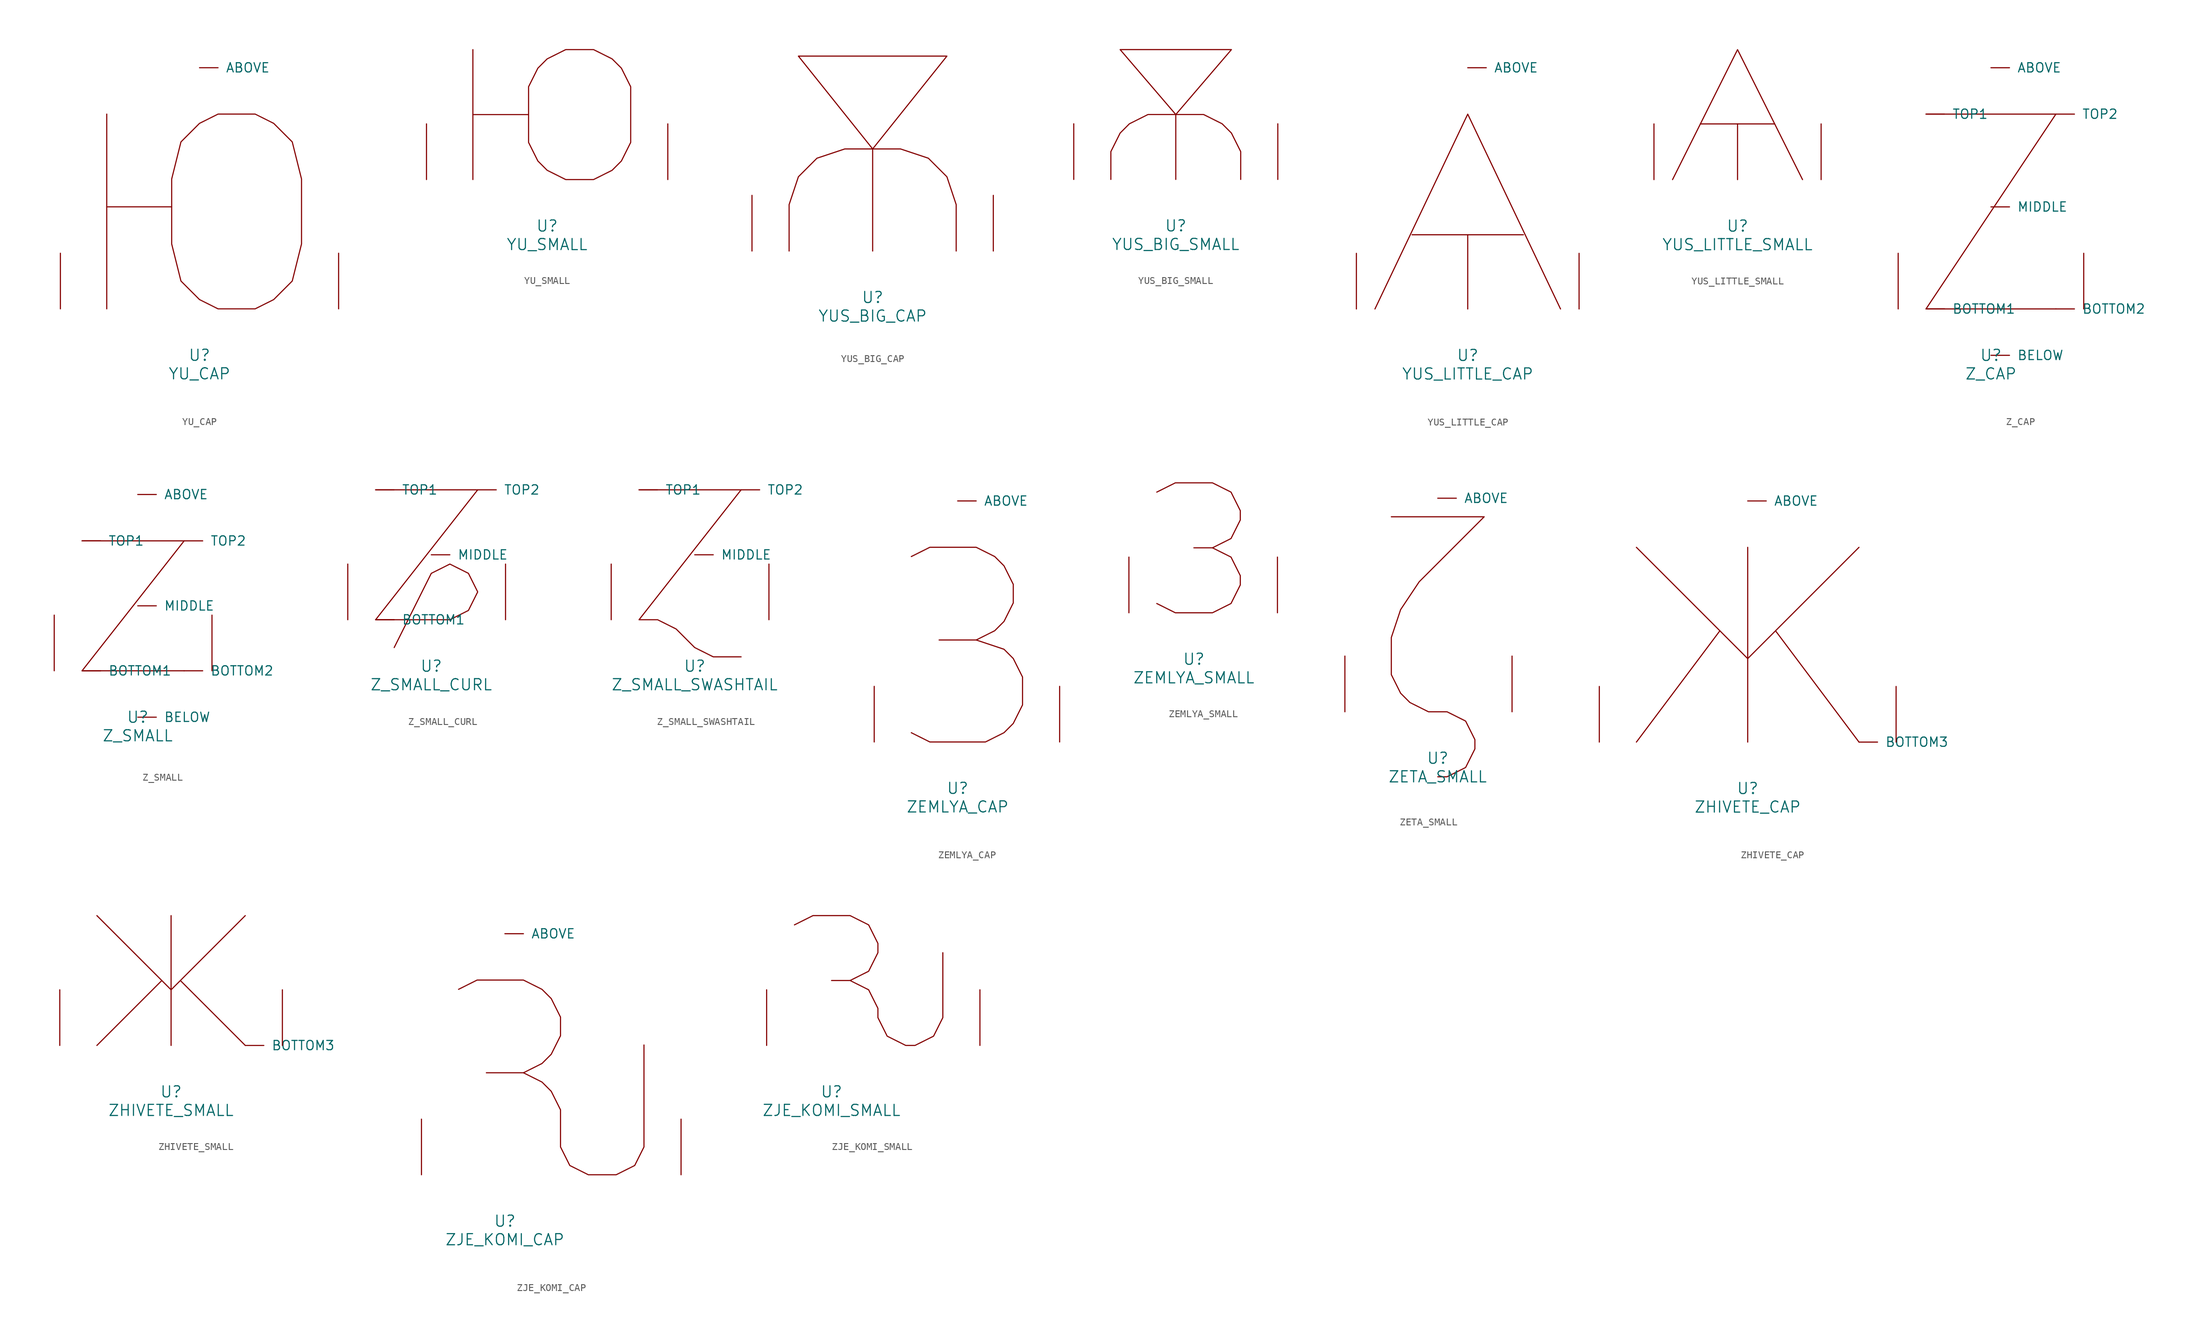
<source format=kicad_sym>
(kicad_symbol_lib
  (version 20220914)
  (generator font_lib2sym)
  (symbol "YU_CAP"
    (pin_names
      (offset 1.016))
    (property "Reference" "U"
      (at 0 -6.35 0)
      (effects (font (size 1.524 1.524))))
    (property "Value" "YU_CAP"
      (at 0 -8.89 0)
      (effects (font (size 1.524 1.524))))
    (symbol "YU_CAP_0_1"
      (polyline (pts (xy -12.7 26.67) (xy -12.7 0)) (stroke (width 0) (type solid)) (fill (type none)))
      (polyline (pts (xy -3.81 13.97) (xy -12.7 13.97)) (stroke (width 0) (type solid)) (fill (type none)))
      (polyline (pts (xy 2.54 26.67) (xy 7.62 26.67) (xy 10.16 25.4) (xy 12.7 22.86) (xy 13.97 17.78) (xy 13.97 8.89) (xy 12.7 3.81) (xy 10.16 1.27) (xy 7.62 0) (xy 2.54 0) (xy 0 1.27) (xy -2.54 3.81) (xy -3.81 8.89) (xy -3.81 17.78) (xy -2.54 22.86) (xy 0 25.4) (xy 2.54 26.67)) (stroke (width 0) (type solid)) (fill (type none)))
      (pin input line (at 0 33.02 0) (length 2.54) (name "ABOVE" (effects (font (size 1.27 1.27)))) (number "~" (effects (font (size 1.27 1.27)))))
      (pin input line (at -19.05 0 90) (length 7.62) (name "~" (effects (font (size 1.27 1.27)))) (number "~" (effects (font (size 1.27 1.27)))))
      (pin input line (at 19.05 0 90) (length 7.62) (name "~" (effects (font (size 1.27 1.27)))) (number "~" (effects (font (size 1.27 1.27)))))))
  (symbol "YU_SMALL"
    (pin_names
      (offset 1.016))
    (property "Reference" "U"
      (at 0 -6.35 0)
      (effects (font (size 1.524 1.524))))
    (property "Value" "YU_SMALL"
      (at 0 -8.89 0)
      (effects (font (size 1.524 1.524))))
    (symbol "YU_SMALL_0_1"
      (polyline (pts (xy -10.16 8.89) (xy -2.54 8.89)) (stroke (width 0) (type solid)) (fill (type none)))
      (polyline (pts (xy -10.16 17.78) (xy -10.16 0)) (stroke (width 0) (type solid)) (fill (type none)))
      (polyline (pts (xy 2.54 0) (xy 0 1.27) (xy -1.27 2.54) (xy -2.54 5.08) (xy -2.54 12.7) (xy -1.27 15.24) (xy 0 16.51) (xy 2.54 17.78) (xy 6.35 17.78) (xy 8.89 16.51) (xy 10.16 15.24) (xy 11.43 12.7) (xy 11.43 5.08) (xy 10.16 2.54) (xy 8.89 1.27) (xy 6.35 0) (xy 2.54 0)) (stroke (width 0) (type solid)) (fill (type none)))
      (pin input line (at -16.51 0 90) (length 7.62) (name "~" (effects (font (size 1.27 1.27)))) (number "~" (effects (font (size 1.27 1.27)))))
      (pin input line (at 16.51 0 90) (length 7.62) (name "~" (effects (font (size 1.27 1.27)))) (number "~" (effects (font (size 1.27 1.27)))))))
  (symbol "YUS_BIG_CAP"
    (pin_names
      (offset 1.016))
    (property "Reference" "U"
      (at 0 -6.35 0)
      (effects (font (size 1.524 1.524))))
    (property "Value" "YUS_BIG_CAP"
      (at 0 -8.89 0)
      (effects (font (size 1.524 1.524))))
    (symbol "YUS_BIG_CAP_0_1"
      (polyline (pts (xy 0 0) (xy 0 13.97) (xy -10.16 26.67) (xy 10.16 26.67) (xy 0 13.97)) (stroke (width 0) (type solid)) (fill (type none)))
      (polyline (pts (xy -11.43 0) (xy -11.43 6.35) (xy -10.16 10.16) (xy -7.62 12.7) (xy -3.81 13.97) (xy 3.81 13.97) (xy 7.62 12.7) (xy 10.16 10.16) (xy 11.43 6.35) (xy 11.43 0)) (stroke (width 0) (type solid)) (fill (type none)))
      (pin input line (at -16.51 0 90) (length 7.62) (name "~" (effects (font (size 1.27 1.27)))) (number "~" (effects (font (size 1.27 1.27)))))
      (pin input line (at 16.51 0 90) (length 7.62) (name "~" (effects (font (size 1.27 1.27)))) (number "~" (effects (font (size 1.27 1.27)))))))
  (symbol "YUS_BIG_SMALL"
    (pin_names
      (offset 1.016))
    (property "Reference" "U"
      (at 0 -6.35 0)
      (effects (font (size 1.524 1.524))))
    (property "Value" "YUS_BIG_SMALL"
      (at 0 -8.89 0)
      (effects (font (size 1.524 1.524))))
    (symbol "YUS_BIG_SMALL_0_1"
      (polyline (pts (xy 0 0) (xy 0 8.89) (xy -7.62 17.78) (xy 7.62 17.78) (xy 0 8.89)) (stroke (width 0) (type solid)) (fill (type none)))
      (polyline (pts (xy -8.89 0) (xy -8.89 3.81) (xy -7.62 6.35) (xy -6.35 7.62) (xy -3.81 8.89) (xy 3.81 8.89) (xy 6.35 7.62) (xy 7.62 6.35) (xy 8.89 3.81) (xy 8.89 0)) (stroke (width 0) (type solid)) (fill (type none)))
      (pin input line (at -13.97 0 90) (length 7.62) (name "~" (effects (font (size 1.27 1.27)))) (number "~" (effects (font (size 1.27 1.27)))))
      (pin input line (at 13.97 0 90) (length 7.62) (name "~" (effects (font (size 1.27 1.27)))) (number "~" (effects (font (size 1.27 1.27)))))))
  (symbol "YUS_LITTLE_CAP"
    (pin_names
      (offset 1.016))
    (property "Reference" "U"
      (at 0 -6.35 0)
      (effects (font (size 1.524 1.524))))
    (property "Value" "YUS_LITTLE_CAP"
      (at 0 -8.89 0)
      (effects (font (size 1.524 1.524))))
    (symbol "YUS_LITTLE_CAP_0_1"
      (polyline (pts (xy -7.62 10.16) (xy 7.62 10.16)) (stroke (width 0) (type solid)) (fill (type none)))
      (polyline (pts (xy 0 10.16) (xy 0 0)) (stroke (width 0) (type solid)) (fill (type none)))
      (polyline (pts (xy -12.7 0) (xy 0 26.67) (xy 12.7 0)) (stroke (width 0) (type solid)) (fill (type none)))
      (pin input line (at 0 33.02 0) (length 2.54) (name "ABOVE" (effects (font (size 1.27 1.27)))) (number "~" (effects (font (size 1.27 1.27)))))
      (pin input line (at -15.24 0 90) (length 7.62) (name "~" (effects (font (size 1.27 1.27)))) (number "~" (effects (font (size 1.27 1.27)))))
      (pin input line (at 15.24 0 90) (length 7.62) (name "~" (effects (font (size 1.27 1.27)))) (number "~" (effects (font (size 1.27 1.27)))))))
  (symbol "YUS_LITTLE_SMALL"
    (pin_names
      (offset 1.016))
    (property "Reference" "U"
      (at 0 -6.35 0)
      (effects (font (size 1.524 1.524))))
    (property "Value" "YUS_LITTLE_SMALL"
      (at 0 -8.89 0)
      (effects (font (size 1.524 1.524))))
    (symbol "YUS_LITTLE_SMALL_0_1"
      (polyline (pts (xy -5.08 7.62) (xy 5.08 7.62)) (stroke (width 0) (type solid)) (fill (type none)))
      (polyline (pts (xy 0 7.62) (xy 0 0)) (stroke (width 0) (type solid)) (fill (type none)))
      (polyline (pts (xy -8.89 0) (xy 0 17.78) (xy 8.89 0)) (stroke (width 0) (type solid)) (fill (type none)))
      (pin input line (at -11.43 0 90) (length 7.62) (name "~" (effects (font (size 1.27 1.27)))) (number "~" (effects (font (size 1.27 1.27)))))
      (pin input line (at 11.43 0 90) (length 7.62) (name "~" (effects (font (size 1.27 1.27)))) (number "~" (effects (font (size 1.27 1.27)))))))
  (symbol "Z_CAP"
    (pin_names
      (offset 1.016))
    (property "Reference" "U"
      (at 0 -6.35 0)
      (effects (font (size 1.524 1.524))))
    (property "Value" "Z_CAP"
      (at 0 -8.89 0)
      (effects (font (size 1.524 1.524))))
    (symbol "Z_CAP_0_1"
      (polyline (pts (xy -8.89 26.67) (xy 8.89 26.67) (xy -8.89 0) (xy 8.89 0)) (stroke (width 0) (type solid)) (fill (type none)))
      (pin input line (at 0 33.02 0) (length 2.54) (name "ABOVE" (effects (font (size 1.27 1.27)))) (number "~" (effects (font (size 1.27 1.27)))))
      (pin input line (at 0 -6.35 0) (length 2.54) (name "BELOW" (effects (font (size 1.27 1.27)))) (number "~" (effects (font (size 1.27 1.27)))))
      (pin input line (at -8.89 0 0) (length 2.54) (name "BOTTOM1" (effects (font (size 1.27 1.27)))) (number "~" (effects (font (size 1.27 1.27)))))
      (pin input line (at 8.89 0 0) (length 2.54) (name "BOTTOM2" (effects (font (size 1.27 1.27)))) (number "~" (effects (font (size 1.27 1.27)))))
      (pin input line (at 0 13.97 0) (length 2.54) (name "MIDDLE" (effects (font (size 1.27 1.27)))) (number "~" (effects (font (size 1.27 1.27)))))
      (pin input line (at -8.89 26.67 0) (length 2.54) (name "TOP1" (effects (font (size 1.27 1.27)))) (number "~" (effects (font (size 1.27 1.27)))))
      (pin input line (at 8.89 26.67 0) (length 2.54) (name "TOP2" (effects (font (size 1.27 1.27)))) (number "~" (effects (font (size 1.27 1.27)))))
      (pin input line (at -12.7 0 90) (length 7.62) (name "~" (effects (font (size 1.27 1.27)))) (number "~" (effects (font (size 1.27 1.27)))))
      (pin input line (at 12.7 0 90) (length 7.62) (name "~" (effects (font (size 1.27 1.27)))) (number "~" (effects (font (size 1.27 1.27)))))))
  (symbol "Z_SMALL"
    (pin_names
      (offset 1.016))
    (property "Reference" "U"
      (at 0 -6.35 0)
      (effects (font (size 1.524 1.524))))
    (property "Value" "Z_SMALL"
      (at 0 -8.89 0)
      (effects (font (size 1.524 1.524))))
    (symbol "Z_SMALL_0_1"
      (polyline (pts (xy -7.62 17.78) (xy 6.35 17.78) (xy -7.62 0) (xy 6.35 0)) (stroke (width 0) (type solid)) (fill (type none)))
      (pin input line (at 0 24.13 0) (length 2.54) (name "ABOVE" (effects (font (size 1.27 1.27)))) (number "~" (effects (font (size 1.27 1.27)))))
      (pin input line (at 0 -6.35 0) (length 2.54) (name "BELOW" (effects (font (size 1.27 1.27)))) (number "~" (effects (font (size 1.27 1.27)))))
      (pin input line (at -7.62 0 0) (length 2.54) (name "BOTTOM1" (effects (font (size 1.27 1.27)))) (number "~" (effects (font (size 1.27 1.27)))))
      (pin input line (at 6.35 0 0) (length 2.54) (name "BOTTOM2" (effects (font (size 1.27 1.27)))) (number "~" (effects (font (size 1.27 1.27)))))
      (pin input line (at 0 8.89 0) (length 2.54) (name "MIDDLE" (effects (font (size 1.27 1.27)))) (number "~" (effects (font (size 1.27 1.27)))))
      (pin input line (at -7.62 17.78 0) (length 2.54) (name "TOP1" (effects (font (size 1.27 1.27)))) (number "~" (effects (font (size 1.27 1.27)))))
      (pin input line (at 6.35 17.78 0) (length 2.54) (name "TOP2" (effects (font (size 1.27 1.27)))) (number "~" (effects (font (size 1.27 1.27)))))
      (pin input line (at -11.43 0 90) (length 7.62) (name "~" (effects (font (size 1.27 1.27)))) (number "~" (effects (font (size 1.27 1.27)))))
      (pin input line (at 10.16 0 90) (length 7.62) (name "~" (effects (font (size 1.27 1.27)))) (number "~" (effects (font (size 1.27 1.27)))))))
  (symbol "Z_SMALL_CURL"
    (pin_names
      (offset 1.016))
    (property "Reference" "U"
      (at 0 -6.35 0)
      (effects (font (size 1.524 1.524))))
    (property "Value" "Z_SMALL_CURL"
      (at 0 -8.89 0)
      (effects (font (size 1.524 1.524))))
    (symbol "Z_SMALL_CURL_0_1"
      (polyline (pts (xy -7.62 17.78) (xy 6.35 17.78) (xy -7.62 0) (xy 2.54 0) (xy 5.08 1.27) (xy 6.35 3.81) (xy 5.08 6.35) (xy 2.54 7.62) (xy 0 6.35) (xy -5.08 -3.81)) (stroke (width 0) (type solid)) (fill (type none)))
      (pin input line (at -7.62 0 0) (length 2.54) (name "BOTTOM1" (effects (font (size 1.27 1.27)))) (number "~" (effects (font (size 1.27 1.27)))))
      (pin input line (at 0 8.89 0) (length 2.54) (name "MIDDLE" (effects (font (size 1.27 1.27)))) (number "~" (effects (font (size 1.27 1.27)))))
      (pin input line (at -7.62 17.78 0) (length 2.54) (name "TOP1" (effects (font (size 1.27 1.27)))) (number "~" (effects (font (size 1.27 1.27)))))
      (pin input line (at 6.35 17.78 0) (length 2.54) (name "TOP2" (effects (font (size 1.27 1.27)))) (number "~" (effects (font (size 1.27 1.27)))))
      (pin input line (at -11.43 0 90) (length 7.62) (name "~" (effects (font (size 1.27 1.27)))) (number "~" (effects (font (size 1.27 1.27)))))
      (pin input line (at 10.16 0 90) (length 7.62) (name "~" (effects (font (size 1.27 1.27)))) (number "~" (effects (font (size 1.27 1.27)))))))
  (symbol "Z_SMALL_SWASHTAIL"
    (pin_names
      (offset 1.016))
    (property "Reference" "U"
      (at 0 -6.35 0)
      (effects (font (size 1.524 1.524))))
    (property "Value" "Z_SMALL_SWASHTAIL"
      (at 0 -8.89 0)
      (effects (font (size 1.524 1.524))))
    (symbol "Z_SMALL_SWASHTAIL_0_1"
      (polyline (pts (xy -7.62 17.78) (xy 6.35 17.78) (xy -7.62 0) (xy -5.08 0) (xy -2.54 -1.27) (xy 0 -3.81) (xy 2.54 -5.08) (xy 6.35 -5.08)) (stroke (width 0) (type solid)) (fill (type none)))
      (pin input line (at 0 8.89 0) (length 2.54) (name "MIDDLE" (effects (font (size 1.27 1.27)))) (number "~" (effects (font (size 1.27 1.27)))))
      (pin input line (at -7.62 17.78 0) (length 2.54) (name "TOP1" (effects (font (size 1.27 1.27)))) (number "~" (effects (font (size 1.27 1.27)))))
      (pin input line (at 6.35 17.78 0) (length 2.54) (name "TOP2" (effects (font (size 1.27 1.27)))) (number "~" (effects (font (size 1.27 1.27)))))
      (pin input line (at -11.43 0 90) (length 7.62) (name "~" (effects (font (size 1.27 1.27)))) (number "~" (effects (font (size 1.27 1.27)))))
      (pin input line (at 10.16 0 90) (length 7.62) (name "~" (effects (font (size 1.27 1.27)))) (number "~" (effects (font (size 1.27 1.27)))))))
  (symbol "ZEMLYA_CAP"
    (pin_names
      (offset 1.016))
    (property "Reference" "U"
      (at 0 -6.35 0)
      (effects (font (size 1.524 1.524))))
    (property "Value" "ZEMLYA_CAP"
      (at 0 -8.89 0)
      (effects (font (size 1.524 1.524))))
    (symbol "ZEMLYA_CAP_0_1"
      (polyline (pts (xy -2.54 13.97) (xy 2.54 13.97)) (stroke (width 0) (type solid)) (fill (type none)))
      (polyline (pts (xy -6.35 25.4) (xy -3.81 26.67) (xy 2.54 26.67) (xy 5.08 25.4) (xy 6.35 24.13) (xy 7.62 21.59) (xy 7.62 19.05) (xy 6.35 16.51) (xy 5.08 15.24) (xy 2.54 13.97) (xy 6.35 12.7) (xy 7.62 11.43) (xy 8.89 8.89) (xy 8.89 5.08) (xy 7.62 2.54) (xy 6.35 1.27) (xy 3.81 0) (xy -3.81 0) (xy -6.35 1.27)) (stroke (width 0) (type solid)) (fill (type none)))
      (pin input line (at 0 33.02 0) (length 2.54) (name "ABOVE" (effects (font (size 1.27 1.27)))) (number "~" (effects (font (size 1.27 1.27)))))
      (pin input line (at -11.43 0 90) (length 7.62) (name "~" (effects (font (size 1.27 1.27)))) (number "~" (effects (font (size 1.27 1.27)))))
      (pin input line (at 13.97 0 90) (length 7.62) (name "~" (effects (font (size 1.27 1.27)))) (number "~" (effects (font (size 1.27 1.27)))))))
  (symbol "ZEMLYA_SMALL"
    (pin_names
      (offset 1.016))
    (property "Reference" "U"
      (at 0 -6.35 0)
      (effects (font (size 1.524 1.524))))
    (property "Value" "ZEMLYA_SMALL"
      (at 0 -8.89 0)
      (effects (font (size 1.524 1.524))))
    (symbol "ZEMLYA_SMALL_0_1"
      (polyline (pts (xy 0 8.89) (xy 2.54 8.89)) (stroke (width 0) (type solid)) (fill (type none)))
      (polyline (pts (xy -5.08 16.51) (xy -2.54 17.78) (xy 2.54 17.78) (xy 5.08 16.51) (xy 6.35 13.97) (xy 6.35 12.7) (xy 5.08 10.16) (xy 2.54 8.89) (xy 5.08 7.62) (xy 6.35 5.08) (xy 6.35 3.81) (xy 5.08 1.27) (xy 2.54 0) (xy -2.54 0) (xy -5.08 1.27)) (stroke (width 0) (type solid)) (fill (type none)))
      (pin input line (at -8.89 0 90) (length 7.62) (name "~" (effects (font (size 1.27 1.27)))) (number "~" (effects (font (size 1.27 1.27)))))
      (pin input line (at 11.43 0 90) (length 7.62) (name "~" (effects (font (size 1.27 1.27)))) (number "~" (effects (font (size 1.27 1.27)))))))
  (symbol "ZETA_SMALL"
    (pin_names
      (offset 1.016))
    (property "Reference" "U"
      (at 0 -6.35 0)
      (effects (font (size 1.524 1.524))))
    (property "Value" "ZETA_SMALL"
      (at 0 -8.89 0)
      (effects (font (size 1.524 1.524))))
    (symbol "ZETA_SMALL_0_1"
      (polyline (pts (xy -6.35 26.67) (xy 6.35 26.67) (xy -2.54 17.78) (xy -5.08 13.97) (xy -6.35 10.16) (xy -6.35 5.08) (xy -5.08 2.54) (xy -3.81 1.27) (xy -1.27 0) (xy 1.27 0) (xy 3.81 -1.27) (xy 5.08 -3.81) (xy 5.08 -5.08) (xy 3.81 -7.62) (xy 1.27 -8.89) (xy 0 -8.89)) (stroke (width 0) (type solid)) (fill (type none)))
      (pin input line (at 0 29.21 0) (length 2.54) (name "ABOVE" (effects (font (size 1.27 1.27)))) (number "~" (effects (font (size 1.27 1.27)))))
      (pin input line (at -12.7 0 90) (length 7.62) (name "~" (effects (font (size 1.27 1.27)))) (number "~" (effects (font (size 1.27 1.27)))))
      (pin input line (at 10.16 0 90) (length 7.62) (name "~" (effects (font (size 1.27 1.27)))) (number "~" (effects (font (size 1.27 1.27)))))))
  (symbol "ZHIVETE_CAP"
    (pin_names
      (offset 1.016))
    (property "Reference" "U"
      (at 0 -6.35 0)
      (effects (font (size 1.524 1.524))))
    (property "Value" "ZHIVETE_CAP"
      (at 0 -8.89 0)
      (effects (font (size 1.524 1.524))))
    (symbol "ZHIVETE_CAP_0_1"
      (polyline (pts (xy -3.81 15.24) (xy -15.24 0)) (stroke (width 0) (type solid)) (fill (type none)))
      (polyline (pts (xy 0 0) (xy 0 26.67)) (stroke (width 0) (type solid)) (fill (type none)))
      (polyline (pts (xy 0 11.43) (xy -15.24 26.67)) (stroke (width 0) (type solid)) (fill (type none)))
      (polyline (pts (xy 15.24 0) (xy 3.81 15.24)) (stroke (width 0) (type solid)) (fill (type none)))
      (polyline (pts (xy 15.24 26.67) (xy 0 11.43)) (stroke (width 0) (type solid)) (fill (type none)))
      (pin input line (at 0 33.02 0) (length 2.54) (name "ABOVE" (effects (font (size 1.27 1.27)))) (number "~" (effects (font (size 1.27 1.27)))))
      (pin input line (at 15.24 0 0) (length 2.54) (name "BOTTOM3" (effects (font (size 1.27 1.27)))) (number "~" (effects (font (size 1.27 1.27)))))
      (pin input line (at -20.32 0 90) (length 7.62) (name "~" (effects (font (size 1.27 1.27)))) (number "~" (effects (font (size 1.27 1.27)))))
      (pin input line (at 20.32 0 90) (length 7.62) (name "~" (effects (font (size 1.27 1.27)))) (number "~" (effects (font (size 1.27 1.27)))))))
  (symbol "ZHIVETE_SMALL"
    (pin_names
      (offset 1.016))
    (property "Reference" "U"
      (at 0 -6.35 0)
      (effects (font (size 1.524 1.524))))
    (property "Value" "ZHIVETE_SMALL"
      (at 0 -8.89 0)
      (effects (font (size 1.524 1.524))))
    (symbol "ZHIVETE_SMALL_0_1"
      (polyline (pts (xy -1.27 8.89) (xy -10.16 0)) (stroke (width 0) (type solid)) (fill (type none)))
      (polyline (pts (xy 0 7.62) (xy -10.16 17.78)) (stroke (width 0) (type solid)) (fill (type none)))
      (polyline (pts (xy 0 17.78) (xy 0 0)) (stroke (width 0) (type solid)) (fill (type none)))
      (polyline (pts (xy 10.16 0) (xy 1.27 8.89)) (stroke (width 0) (type solid)) (fill (type none)))
      (polyline (pts (xy 10.16 17.78) (xy 0 7.62)) (stroke (width 0) (type solid)) (fill (type none)))
      (pin input line (at 10.16 0 0) (length 2.54) (name "BOTTOM3" (effects (font (size 1.27 1.27)))) (number "~" (effects (font (size 1.27 1.27)))))
      (pin input line (at -15.24 0 90) (length 7.62) (name "~" (effects (font (size 1.27 1.27)))) (number "~" (effects (font (size 1.27 1.27)))))
      (pin input line (at 15.24 0 90) (length 7.62) (name "~" (effects (font (size 1.27 1.27)))) (number "~" (effects (font (size 1.27 1.27)))))))
  (symbol "ZJE_KOMI_CAP"
    (pin_names
      (offset 1.016))
    (property "Reference" "U"
      (at 0 -6.35 0)
      (effects (font (size 1.524 1.524))))
    (property "Value" "ZJE_KOMI_CAP"
      (at 0 -8.89 0)
      (effects (font (size 1.524 1.524))))
    (symbol "ZJE_KOMI_CAP_0_1"
      (polyline (pts (xy -2.54 13.97) (xy 2.54 13.97)) (stroke (width 0) (type solid)) (fill (type none)))
      (polyline (pts (xy -6.35 25.4) (xy -3.81 26.67) (xy 2.54 26.67) (xy 5.08 25.4) (xy 6.35 24.13) (xy 7.62 21.59) (xy 7.62 19.05) (xy 6.35 16.51) (xy 5.08 15.24) (xy 2.54 13.97) (xy 5.08 12.7) (xy 6.35 11.43) (xy 7.62 8.89) (xy 7.62 3.81) (xy 8.89 1.27) (xy 11.43 0) (xy 15.24 0) (xy 17.78 1.27) (xy 19.05 3.81) (xy 19.05 17.78)) (stroke (width 0) (type solid)) (fill (type none)))
      (pin input line (at 0 33.02 0) (length 2.54) (name "ABOVE" (effects (font (size 1.27 1.27)))) (number "~" (effects (font (size 1.27 1.27)))))
      (pin input line (at -11.43 0 90) (length 7.62) (name "~" (effects (font (size 1.27 1.27)))) (number "~" (effects (font (size 1.27 1.27)))))
      (pin input line (at 24.13 0 90) (length 7.62) (name "~" (effects (font (size 1.27 1.27)))) (number "~" (effects (font (size 1.27 1.27)))))))
  (symbol "ZJE_KOMI_SMALL"
    (pin_names
      (offset 1.016))
    (property "Reference" "U"
      (at 0 -6.35 0)
      (effects (font (size 1.524 1.524))))
    (property "Value" "ZJE_KOMI_SMALL"
      (at 0 -8.89 0)
      (effects (font (size 1.524 1.524))))
    (symbol "ZJE_KOMI_SMALL_0_1"
      (polyline (pts (xy 0 8.89) (xy 2.54 8.89)) (stroke (width 0) (type solid)) (fill (type none)))
      (polyline (pts (xy -5.08 16.51) (xy -2.54 17.78) (xy 2.54 17.78) (xy 5.08 16.51) (xy 6.35 13.97) (xy 6.35 12.7) (xy 5.08 10.16) (xy 2.54 8.89) (xy 5.08 7.62) (xy 6.35 5.08) (xy 6.35 3.81) (xy 7.62 1.27) (xy 10.16 0) (xy 11.43 0) (xy 13.97 1.27) (xy 15.24 3.81) (xy 15.24 12.7)) (stroke (width 0) (type solid)) (fill (type none)))
      (pin input line (at -8.89 0 90) (length 7.62) (name "~" (effects (font (size 1.27 1.27)))) (number "~" (effects (font (size 1.27 1.27)))))
      (pin input line (at 20.32 0 90) (length 7.62) (name "~" (effects (font (size 1.27 1.27)))) (number "~" (effects (font (size 1.27 1.27))))))))
</source>
